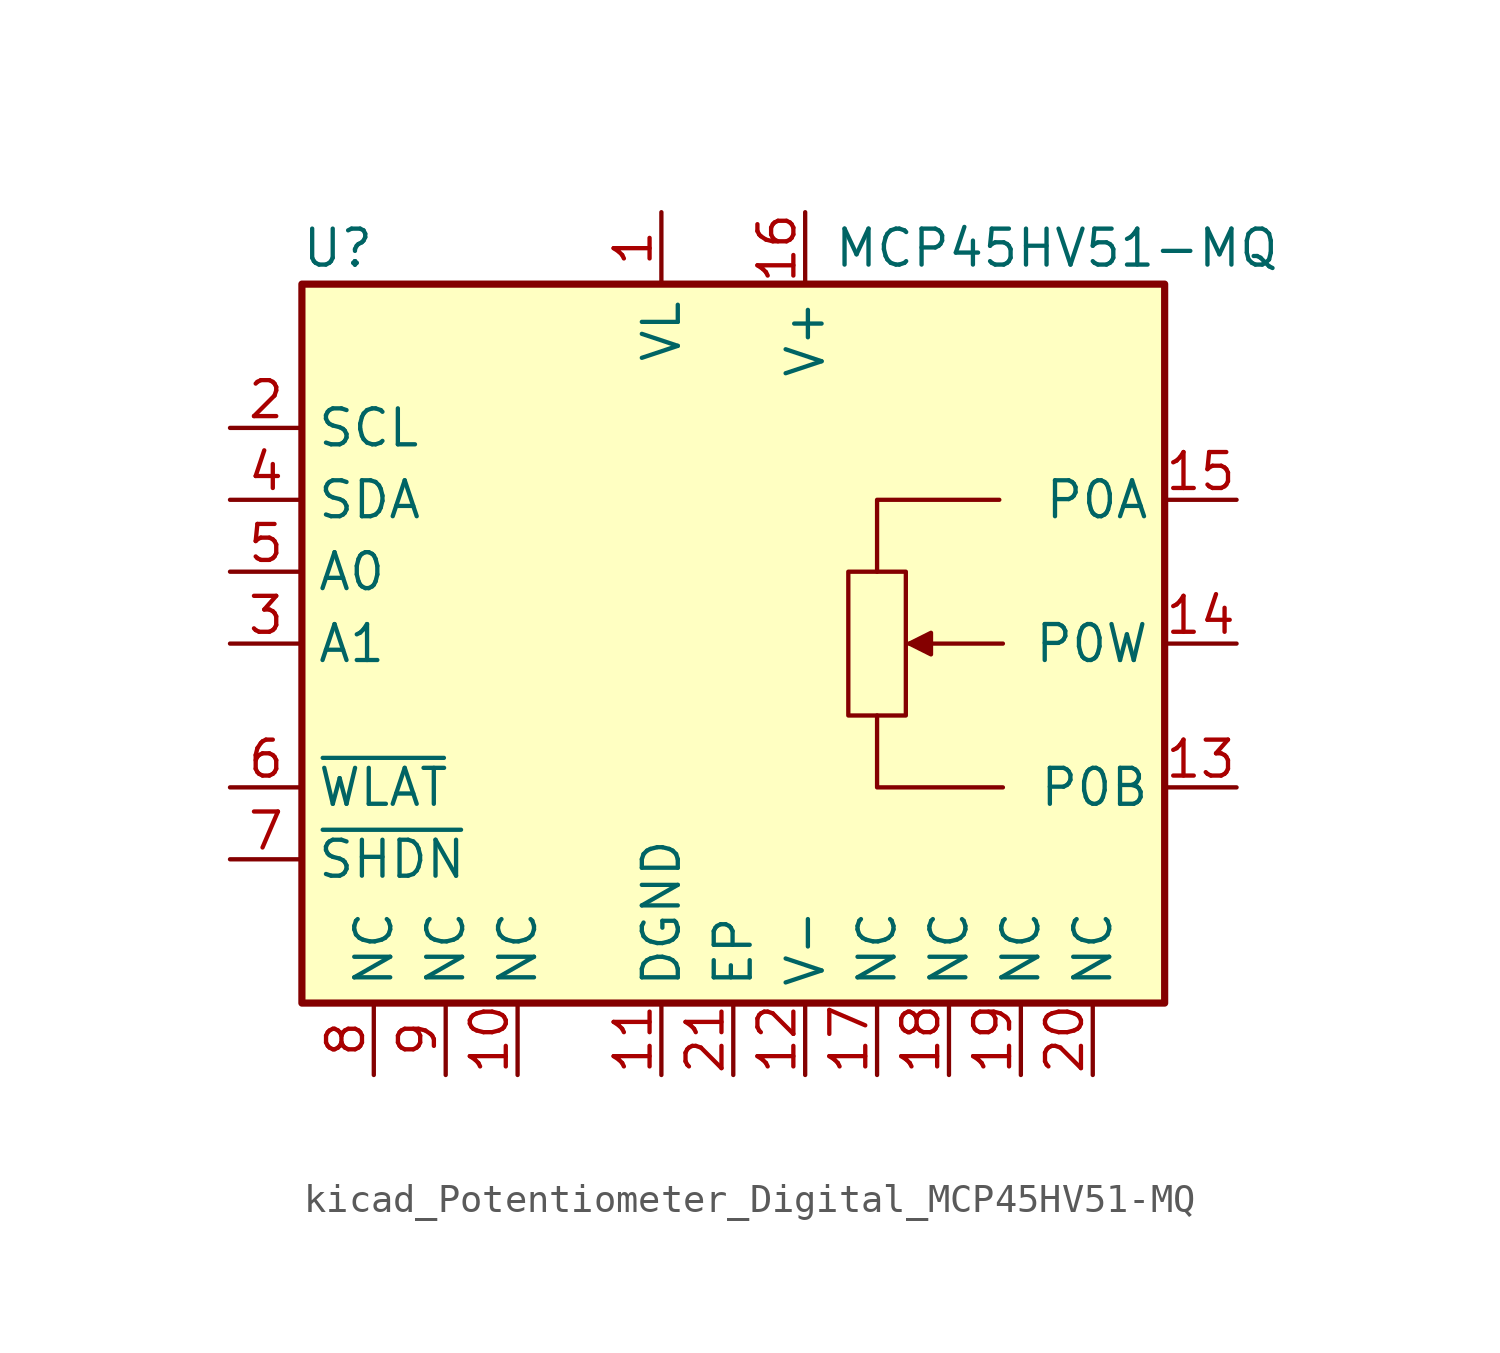
<source format=kicad_sym>
(kicad_symbol_lib
  (version 20220914)
  (generator kicad_symbol_editor)
  (symbol "kicad_Potentiometer_Digital_MCP45HV51-MQ"
    (property "Reference" "U"
      (at -13.97 13.97 0)
      (effects (font (size 1.27 1.27))))
    (property "Value" "MCP45HV51-MQ"
      (at 11.43 13.97 0)
      (effects (font (size 1.27 1.27))))
    (symbol "kicad_Potentiometer_Digital_MCP45HV51-MQ_0_1"
      (polyline (pts (xy 9.525 0) (xy 6.223 0)) (stroke (width 0) (type default)) (fill (type none)))
      (polyline (pts (xy 5.08 -2.54) (xy 5.08 -5.08) (xy 9.525 -5.08)) (stroke (width 0) (type default)) (fill (type none)))
      (polyline (pts (xy 5.08 2.54) (xy 5.08 5.08) (xy 9.398 5.08)) (stroke (width 0) (type default)) (fill (type none)))
      (polyline (pts (xy 6.223 0) (xy 6.985 0.381) (xy 6.985 -0.381) (xy 6.223 0)) (stroke (width 0) (type default)) (fill (type outline)))
      (rectangle (start 6.096 2.54) (end 4.064 -2.54) (stroke (width 0) (type default)) (fill (type none))))
    (symbol "kicad_Potentiometer_Digital_MCP45HV51-MQ_1_1"
      (rectangle (start -15.24 12.7) (end 15.24 -12.7) (stroke (width 0.254) (type default)) (fill (type background)))
      (pin power_in line (at -2.54 15.24 270) (length 2.54) (name "VL" (effects (font (size 1.27 1.27)))) (number "1" (effects (font (size 1.27 1.27)))))
      (pin passive line (at -7.62 -15.24 90) (length 2.54) (name "NC" (effects (font (size 1.27 1.27)))) (number "10" (effects (font (size 1.27 1.27)))))
      (pin power_in line (at -2.54 -15.24 90) (length 2.54) (name "DGND" (effects (font (size 1.27 1.27)))) (number "11" (effects (font (size 1.27 1.27)))))
      (pin power_in line (at 2.54 -15.24 90) (length 2.54) (name "V-" (effects (font (size 1.27 1.27)))) (number "12" (effects (font (size 1.27 1.27)))))
      (pin passive line (at 17.78 -5.08 180) (length 2.54) (name "P0B" (effects (font (size 1.27 1.27)))) (number "13" (effects (font (size 1.27 1.27)))))
      (pin passive line (at 17.78 0 180) (length 2.54) (name "P0W" (effects (font (size 1.27 1.27)))) (number "14" (effects (font (size 1.27 1.27)))))
      (pin passive line (at 17.78 5.08 180) (length 2.54) (name "P0A" (effects (font (size 1.27 1.27)))) (number "15" (effects (font (size 1.27 1.27)))))
      (pin power_in line (at 2.54 15.24 270) (length 2.54) (name "V+" (effects (font (size 1.27 1.27)))) (number "16" (effects (font (size 1.27 1.27)))))
      (pin passive line (at 5.08 -15.24 90) (length 2.54) (name "NC" (effects (font (size 1.27 1.27)))) (number "17" (effects (font (size 1.27 1.27)))))
      (pin passive line (at 7.62 -15.24 90) (length 2.54) (name "NC" (effects (font (size 1.27 1.27)))) (number "18" (effects (font (size 1.27 1.27)))))
      (pin passive line (at 10.16 -15.24 90) (length 2.54) (name "NC" (effects (font (size 1.27 1.27)))) (number "19" (effects (font (size 1.27 1.27)))))
      (pin input line (at -17.78 7.62 0) (length 2.54) (name "SCL" (effects (font (size 1.27 1.27)))) (number "2" (effects (font (size 1.27 1.27)))))
      (pin passive line (at 12.7 -15.24 90) (length 2.54) (name "NC" (effects (font (size 1.27 1.27)))) (number "20" (effects (font (size 1.27 1.27)))))
      (pin power_in line (at 0 -15.24 90) (length 2.54) (name "EP" (effects (font (size 1.27 1.27)))) (number "21" (effects (font (size 1.27 1.27)))))
      (pin input line (at -17.78 0 0) (length 2.54) (name "A1" (effects (font (size 1.27 1.27)))) (number "3" (effects (font (size 1.27 1.27)))))
      (pin bidirectional line (at -17.78 5.08 0) (length 2.54) (name "SDA" (effects (font (size 1.27 1.27)))) (number "4" (effects (font (size 1.27 1.27)))))
      (pin input line (at -17.78 2.54 0) (length 2.54) (name "A0" (effects (font (size 1.27 1.27)))) (number "5" (effects (font (size 1.27 1.27)))))
      (pin input line (at -17.78 -5.08 0) (length 2.54) (name "~{WLAT}" (effects (font (size 1.27 1.27)))) (number "6" (effects (font (size 1.27 1.27)))))
      (pin input line (at -17.78 -7.62 0) (length 2.54) (name "~{SHDN}" (effects (font (size 1.27 1.27)))) (number "7" (effects (font (size 1.27 1.27)))))
      (pin passive line (at -12.7 -15.24 90) (length 2.54) (name "NC" (effects (font (size 1.27 1.27)))) (number "8" (effects (font (size 1.27 1.27)))))
      (pin passive line (at -10.16 -15.24 90) (length 2.54) (name "NC" (effects (font (size 1.27 1.27)))) (number "9" (effects (font (size 1.27 1.27))))))))
</source>
